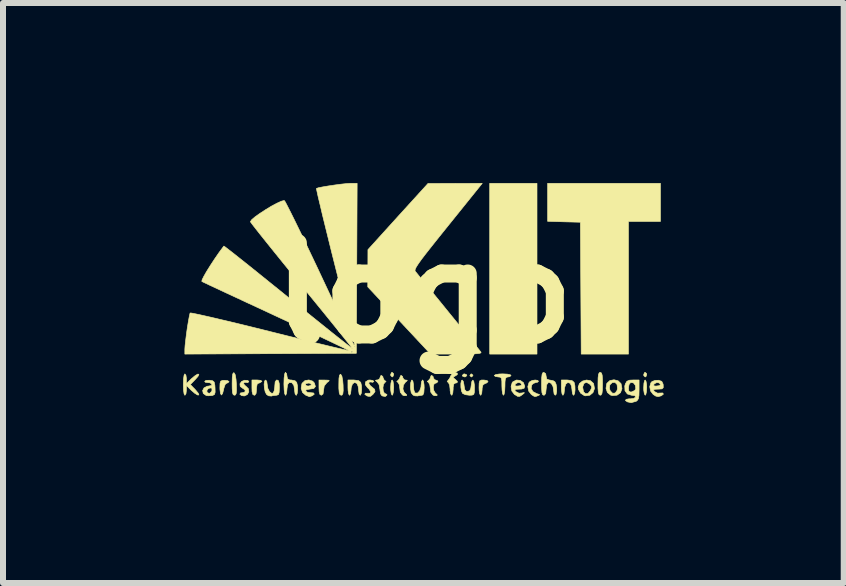
<source format=kicad_pcb>
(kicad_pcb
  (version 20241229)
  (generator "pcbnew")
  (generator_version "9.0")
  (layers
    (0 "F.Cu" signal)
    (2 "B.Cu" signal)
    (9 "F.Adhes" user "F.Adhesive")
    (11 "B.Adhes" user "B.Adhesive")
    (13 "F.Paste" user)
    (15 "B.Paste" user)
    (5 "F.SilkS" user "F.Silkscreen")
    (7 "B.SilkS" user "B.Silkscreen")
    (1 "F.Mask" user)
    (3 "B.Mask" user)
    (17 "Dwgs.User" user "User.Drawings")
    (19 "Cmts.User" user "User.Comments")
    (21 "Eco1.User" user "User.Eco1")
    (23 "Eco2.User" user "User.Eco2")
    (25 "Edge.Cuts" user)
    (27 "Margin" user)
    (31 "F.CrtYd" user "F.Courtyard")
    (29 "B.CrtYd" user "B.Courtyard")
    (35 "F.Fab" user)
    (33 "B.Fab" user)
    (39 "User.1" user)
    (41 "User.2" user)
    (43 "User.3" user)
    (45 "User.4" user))
  (footprint "logo"
    (layer "F.Cu")
    (at 4.018 1.834)
    (property "Reference" "logo" (at 0 0 0) (layer "F.SilkS") (effects (font (size 1.524 1.524) (thickness 0.3))))
    (attr through_hole)
    (fp_poly (pts (xy 1.88 1.016) (xy 1.092 1.016) (xy 1.092 -1.829) (xy 1.88 -1.829) (xy 1.88 1.016)) (stroke (width 0.01) (type solid)) (fill yes) (layer "F.SilkS"))
    (fp_poly (pts (xy -0.511 1.341) (xy -0.508 1.359) (xy -0.522 1.393) (xy -0.533 1.397) (xy -0.556 1.376) (xy -0.559 1.359) (xy -0.545 1.325) (xy -0.533 1.321) (xy -0.511 1.341)) (stroke (width 0.01) (type solid)) (fill yes) (layer "F.SilkS"))
    (fp_poly (pts (xy 0.707 1.36) (xy 0.711 1.372) (xy 0.691 1.394) (xy 0.673 1.397) (xy 0.639 1.383) (xy 0.635 1.372) (xy 0.656 1.349) (xy 0.673 1.346) (xy 0.707 1.36)) (stroke (width 0.01) (type solid)) (fill yes) (layer "F.SilkS"))
    (fp_poly (pts (xy 0.812 1.366) (xy 0.813 1.372) (xy 0.793 1.396) (xy 0.787 1.397) (xy 0.763 1.378) (xy 0.762 1.372) (xy 0.781 1.347) (xy 0.787 1.346) (xy 0.812 1.366)) (stroke (width 0.01) (type solid)) (fill yes) (layer "F.SilkS"))
    (fp_poly (pts (xy 3.706 1.341) (xy 3.708 1.359) (xy 3.695 1.393) (xy 3.683 1.397) (xy 3.66 1.376) (xy 3.658 1.359) (xy 3.671 1.325) (xy 3.683 1.321) (xy 3.706 1.341)) (stroke (width 0.01) (type solid)) (fill yes) (layer "F.SilkS"))
    (fp_poly (pts (xy 3.937 -1.194) (xy 3.404 -1.194) (xy 3.404 1.016) (xy 2.617 1.016) (xy 2.61 -0.083) (xy 2.603 -1.181) (xy 2.33 -1.188) (xy 2.057 -1.196) (xy 2.057 -1.829) (xy 3.937 -1.829) (xy 3.937 -1.194)) (stroke (width 0.01) (type solid)) (fill yes) (layer "F.SilkS"))
    (fp_poly (pts (xy -0.519 1.471) (xy -0.51 1.529) (xy -0.508 1.575) (xy -0.513 1.647) (xy -0.524 1.693) (xy -0.533 1.702) (xy -0.548 1.679) (xy -0.557 1.621) (xy -0.559 1.575) (xy -0.554 1.502) (xy -0.543 1.456) (xy -0.533 1.448) (xy -0.519 1.471)) (stroke (width 0.01) (type solid)) (fill yes) (layer "F.SilkS"))
    (fp_poly (pts (xy 3.697 1.471) (xy 3.707 1.529) (xy 3.708 1.575) (xy 3.704 1.647) (xy 3.692 1.693) (xy 3.683 1.702) (xy 3.669 1.679) (xy 3.659 1.621) (xy 3.658 1.575) (xy 3.662 1.502) (xy 3.674 1.456) (xy 3.683 1.448) (xy 3.697 1.471)) (stroke (width 0.01) (type solid)) (fill yes) (layer "F.SilkS"))
    (fp_poly (pts (xy -1.657 1.449) (xy -1.597 1.451) (xy -1.581 1.459) (xy -1.604 1.48) (xy -1.619 1.49) (xy -1.665 1.547) (xy -1.676 1.616) (xy -1.685 1.681) (xy -1.713 1.702) (xy -1.714 1.702) (xy -1.738 1.688) (xy -1.75 1.641) (xy -1.753 1.575) (xy -1.753 1.448) (xy -1.657 1.449)) (stroke (width 0.01) (type solid)) (fill yes) (layer "F.SilkS"))
    (fp_poly (pts (xy -3.169 1.327) (xy -3.149 1.359) (xy -3.135 1.438) (xy -3.129 1.52) (xy -3.127 1.616) (xy -3.132 1.672) (xy -3.145 1.697) (xy -3.161 1.702) (xy -3.182 1.693) (xy -3.194 1.659) (xy -3.199 1.592) (xy -3.2 1.509) (xy -3.198 1.406) (xy -3.19 1.347) (xy -3.176 1.327) (xy -3.169 1.327)) (stroke (width 0.01) (type solid)) (fill yes) (layer "F.SilkS"))
    (fp_poly (pts (xy -1.391 1.352) (xy -1.371 1.384) (xy -1.357 1.461) (xy -1.351 1.532) (xy -1.349 1.625) (xy -1.355 1.677) (xy -1.369 1.699) (xy -1.383 1.702) (xy -1.404 1.692) (xy -1.416 1.657) (xy -1.422 1.587) (xy -1.422 1.522) (xy -1.42 1.423) (xy -1.411 1.368) (xy -1.395 1.352) (xy -1.391 1.352)) (stroke (width 0.01) (type solid)) (fill yes) (layer "F.SilkS"))
    (fp_poly (pts (xy -2.722 1.454) (xy -2.704 1.47) (xy -2.705 1.473) (xy -2.742 1.497) (xy -2.757 1.499) (xy -2.783 1.517) (xy -2.794 1.578) (xy -2.794 1.6) (xy -2.8 1.671) (xy -2.821 1.7) (xy -2.832 1.702) (xy -2.856 1.688) (xy -2.868 1.641) (xy -2.87 1.575) (xy -2.87 1.448) (xy -2.78 1.448) (xy -2.722 1.454)) (stroke (width 0.01) (type solid)) (fill yes) (layer "F.SilkS"))
    (fp_poly (pts (xy 2.954 1.331) (xy 2.966 1.367) (xy 2.971 1.438) (xy 2.972 1.511) (xy 2.97 1.612) (xy 2.963 1.671) (xy 2.948 1.697) (xy 2.934 1.702) (xy 2.914 1.692) (xy 2.902 1.656) (xy 2.896 1.584) (xy 2.896 1.511) (xy 2.898 1.411) (xy 2.905 1.352) (xy 2.919 1.325) (xy 2.934 1.321) (xy 2.954 1.331)) (stroke (width 0.01) (type solid)) (fill yes) (layer "F.SilkS"))
    (fp_poly (pts (xy -3.274 1.459) (xy -3.251 1.475) (xy -3.251 1.475) (xy -3.272 1.496) (xy -3.287 1.499) (xy -3.316 1.522) (xy -3.338 1.587) (xy -3.34 1.6) (xy -3.359 1.674) (xy -3.378 1.698) (xy -3.394 1.675) (xy -3.403 1.606) (xy -3.404 1.579) (xy -3.402 1.505) (xy -3.391 1.468) (xy -3.362 1.455) (xy -3.327 1.453) (xy -3.274 1.459)) (stroke (width 0.01) (type solid)) (fill yes) (layer "F.SilkS"))
    (fp_poly (pts (xy 1.048 1.456) (xy 1.065 1.476) (xy 1.038 1.499) (xy 1.016 1.506) (xy 0.98 1.529) (xy 0.966 1.582) (xy 0.965 1.611) (xy 0.959 1.67) (xy 0.944 1.701) (xy 0.94 1.702) (xy 0.925 1.679) (xy 0.916 1.621) (xy 0.914 1.575) (xy 0.916 1.5) (xy 0.926 1.462) (xy 0.953 1.449) (xy 0.991 1.448) (xy 1.048 1.456)) (stroke (width 0.01) (type solid)) (fill yes) (layer "F.SilkS"))
    (fp_poly (pts (xy 1.893 1.455) (xy 1.905 1.47) (xy 1.884 1.488) (xy 1.864 1.489) (xy 1.818 1.506) (xy 1.794 1.53) (xy 1.782 1.588) (xy 1.812 1.641) (xy 1.877 1.676) (xy 1.882 1.677) (xy 1.922 1.689) (xy 1.916 1.701) (xy 1.897 1.709) (xy 1.859 1.723) (xy 1.834 1.721) (xy 1.799 1.699) (xy 1.784 1.688) (xy 1.741 1.632) (xy 1.727 1.559) (xy 1.746 1.493) (xy 1.758 1.478) (xy 1.799 1.456) (xy 1.851 1.448) (xy 1.893 1.455)) (stroke (width 0.01) (type solid)) (fill yes) (layer "F.SilkS"))
    (fp_poly (pts (xy -2.938 1.456) (xy -2.921 1.474) (xy -2.939 1.493) (xy -2.958 1.49) (xy -2.999 1.487) (xy -3.009 1.511) (xy -2.983 1.543) (xy -2.973 1.549) (xy -2.928 1.594) (xy -2.922 1.646) (xy -2.947 1.691) (xy -2.997 1.714) (xy -3.042 1.708) (xy -3.072 1.685) (xy -3.059 1.663) (xy -3.032 1.66) (xy -2.989 1.649) (xy -2.982 1.62) (xy -3.014 1.591) (xy -3.023 1.587) (xy -3.065 1.556) (xy -3.07 1.512) (xy -3.041 1.471) (xy -2.991 1.452) (xy -2.938 1.456)) (stroke (width 0.01) (type solid)) (fill yes) (layer "F.SilkS"))
    (fp_poly (pts (xy -1.092 1.458) (xy -1.057 1.488) (xy -1.044 1.545) (xy -1.042 1.612) (xy -1.048 1.67) (xy -1.063 1.701) (xy -1.067 1.702) (xy -1.084 1.68) (xy -1.092 1.625) (xy -1.092 1.618) (xy -1.101 1.551) (xy -1.121 1.505) (xy -1.122 1.504) (xy -1.161 1.489) (xy -1.195 1.515) (xy -1.216 1.575) (xy -1.219 1.616) (xy -1.226 1.674) (xy -1.242 1.701) (xy -1.245 1.702) (xy -1.259 1.679) (xy -1.268 1.621) (xy -1.27 1.575) (xy -1.27 1.448) (xy -1.171 1.448) (xy -1.092 1.458)) (stroke (width 0.01) (type solid)) (fill yes) (layer "F.SilkS"))
    (fp_poly (pts (xy -0.854 1.456) (xy -0.838 1.472) (xy -0.857 1.487) (xy -0.874 1.483) (xy -0.914 1.48) (xy -0.923 1.504) (xy -0.9 1.54) (xy -0.876 1.56) (xy -0.825 1.603) (xy -0.819 1.642) (xy -0.853 1.687) (xy -0.894 1.72) (xy -0.935 1.719) (xy -0.959 1.71) (xy -0.99 1.686) (xy -0.978 1.668) (xy -0.94 1.669) (xy -0.898 1.668) (xy -0.892 1.641) (xy -0.92 1.598) (xy -0.944 1.576) (xy -0.982 1.525) (xy -0.976 1.478) (xy -0.93 1.45) (xy -0.902 1.448) (xy -0.854 1.456)) (stroke (width 0.01) (type solid)) (fill yes) (layer "F.SilkS"))
    (fp_poly (pts (xy 1.385 1.35) (xy 1.435 1.361) (xy 1.448 1.372) (xy 1.427 1.392) (xy 1.397 1.397) (xy 1.369 1.403) (xy 1.353 1.427) (xy 1.347 1.482) (xy 1.346 1.549) (xy 1.342 1.631) (xy 1.332 1.686) (xy 1.321 1.702) (xy 1.307 1.679) (xy 1.298 1.618) (xy 1.295 1.549) (xy 1.294 1.465) (xy 1.287 1.419) (xy 1.268 1.401) (xy 1.234 1.397) (xy 1.232 1.397) (xy 1.184 1.388) (xy 1.168 1.372) (xy 1.191 1.358) (xy 1.251 1.348) (xy 1.308 1.346) (xy 1.385 1.35)) (stroke (width 0.01) (type solid)) (fill yes) (layer "F.SilkS"))
    (fp_poly (pts (xy 2.464 1.458) (xy 2.499 1.488) (xy 2.512 1.545) (xy 2.514 1.612) (xy 2.508 1.67) (xy 2.493 1.701) (xy 2.489 1.702) (xy 2.472 1.68) (xy 2.464 1.625) (xy 2.464 1.618) (xy 2.455 1.551) (xy 2.435 1.505) (xy 2.434 1.504) (xy 2.395 1.489) (xy 2.361 1.515) (xy 2.34 1.575) (xy 2.337 1.616) (xy 2.33 1.674) (xy 2.314 1.701) (xy 2.311 1.702) (xy 2.297 1.679) (xy 2.288 1.621) (xy 2.286 1.575) (xy 2.286 1.448) (xy 2.385 1.448) (xy 2.464 1.458)) (stroke (width 0.01) (type solid)) (fill yes) (layer "F.SilkS"))
    (fp_poly (pts (xy -0.358 1.392) (xy -0.356 1.41) (xy -0.335 1.442) (xy -0.311 1.449) (xy -0.281 1.452) (xy -0.291 1.468) (xy -0.311 1.483) (xy -0.346 1.534) (xy -0.354 1.599) (xy -0.333 1.655) (xy -0.314 1.672) (xy -0.29 1.696) (xy -0.296 1.709) (xy -0.334 1.71) (xy -0.362 1.698) (xy -0.398 1.651) (xy -0.406 1.588) (xy -0.415 1.526) (xy -0.436 1.489) (xy -0.438 1.488) (xy -0.457 1.471) (xy -0.438 1.458) (xy -0.409 1.423) (xy -0.406 1.408) (xy -0.392 1.375) (xy -0.381 1.372) (xy -0.358 1.392)) (stroke (width 0.01) (type solid)) (fill yes) (layer "F.SilkS"))
    (fp_poly (pts (xy 0.651 1.47) (xy 0.663 1.526) (xy 0.665 1.543) (xy 0.676 1.608) (xy 0.701 1.635) (xy 0.724 1.638) (xy 0.759 1.627) (xy 0.777 1.586) (xy 0.783 1.543) (xy 0.794 1.473) (xy 0.811 1.45) (xy 0.827 1.471) (xy 0.837 1.533) (xy 0.838 1.575) (xy 0.837 1.65) (xy 0.827 1.687) (xy 0.799 1.7) (xy 0.754 1.702) (xy 0.687 1.693) (xy 0.641 1.672) (xy 0.64 1.671) (xy 0.622 1.632) (xy 0.612 1.571) (xy 0.611 1.508) (xy 0.62 1.461) (xy 0.633 1.448) (xy 0.651 1.47)) (stroke (width 0.01) (type solid)) (fill yes) (layer "F.SilkS"))
    (fp_poly (pts (xy 0.552 1.333) (xy 0.552 1.359) (xy 0.514 1.383) (xy 0.484 1.399) (xy 0.495 1.419) (xy 0.514 1.433) (xy 0.554 1.472) (xy 0.548 1.494) (xy 0.521 1.499) (xy 0.494 1.515) (xy 0.483 1.571) (xy 0.483 1.6) (xy 0.477 1.664) (xy 0.463 1.699) (xy 0.457 1.702) (xy 0.441 1.679) (xy 0.432 1.623) (xy 0.432 1.602) (xy 0.424 1.535) (xy 0.406 1.494) (xy 0.4 1.49) (xy 0.383 1.471) (xy 0.397 1.456) (xy 0.426 1.416) (xy 0.443 1.378) (xy 0.477 1.331) (xy 0.51 1.321) (xy 0.552 1.333)) (stroke (width 0.01) (type solid)) (fill yes) (layer "F.SilkS"))
    (fp_poly (pts (xy 3.231 1.461) (xy 3.279 1.507) (xy 3.281 1.511) (xy 3.296 1.593) (xy 3.271 1.66) (xy 3.214 1.701) (xy 3.137 1.708) (xy 3.105 1.699) (xy 3.053 1.656) (xy 3.031 1.591) (xy 3.087 1.591) (xy 3.101 1.629) (xy 3.14 1.669) (xy 3.183 1.665) (xy 3.214 1.622) (xy 3.221 1.59) (xy 3.214 1.523) (xy 3.18 1.488) (xy 3.135 1.49) (xy 3.094 1.529) (xy 3.087 1.591) (xy 3.031 1.591) (xy 3.03 1.587) (xy 3.041 1.512) (xy 3.047 1.501) (xy 3.095 1.457) (xy 3.163 1.444) (xy 3.231 1.461)) (stroke (width 0.01) (type solid)) (fill yes) (layer "F.SilkS"))
    (fp_poly (pts (xy -2.427 1.461) (xy -2.415 1.508) (xy -2.413 1.575) (xy -2.416 1.651) (xy -2.427 1.689) (xy -2.453 1.701) (xy -2.462 1.702) (xy -2.523 1.709) (xy -2.547 1.716) (xy -2.593 1.711) (xy -2.626 1.689) (xy -2.649 1.645) (xy -2.663 1.582) (xy -2.667 1.516) (xy -2.659 1.465) (xy -2.642 1.448) (xy -2.623 1.47) (xy -2.616 1.519) (xy -2.605 1.588) (xy -2.577 1.642) (xy -2.541 1.67) (xy -2.518 1.666) (xy -2.5 1.631) (xy -2.49 1.567) (xy -2.489 1.548) (xy -2.483 1.478) (xy -2.461 1.449) (xy -2.451 1.448) (xy -2.427 1.461)) (stroke (width 0.01) (type solid)) (fill yes) (layer "F.SilkS"))
    (fp_poly (pts (xy -0.688 1.392) (xy -0.686 1.408) (xy -0.666 1.45) (xy -0.654 1.458) (xy -0.635 1.475) (xy -0.654 1.488) (xy -0.678 1.521) (xy -0.687 1.576) (xy -0.681 1.633) (xy -0.661 1.671) (xy -0.646 1.676) (xy -0.62 1.689) (xy -0.622 1.702) (xy -0.648 1.723) (xy -0.692 1.715) (xy -0.705 1.71) (xy -0.726 1.679) (xy -0.736 1.618) (xy -0.737 1.607) (xy -0.751 1.526) (xy -0.781 1.483) (xy -0.812 1.457) (xy -0.801 1.449) (xy -0.781 1.449) (xy -0.743 1.43) (xy -0.737 1.41) (xy -0.723 1.376) (xy -0.711 1.372) (xy -0.688 1.392)) (stroke (width 0.01) (type solid)) (fill yes) (layer "F.SilkS"))
    (fp_poly (pts (xy 0.15 1.392) (xy 0.152 1.41) (xy 0.173 1.443) (xy 0.191 1.448) (xy 0.224 1.462) (xy 0.229 1.473) (xy 0.208 1.496) (xy 0.191 1.499) (xy 0.162 1.519) (xy 0.152 1.567) (xy 0.16 1.622) (xy 0.185 1.665) (xy 0.194 1.672) (xy 0.218 1.696) (xy 0.212 1.709) (xy 0.174 1.71) (xy 0.146 1.698) (xy 0.11 1.651) (xy 0.102 1.588) (xy 0.093 1.526) (xy 0.072 1.489) (xy 0.07 1.488) (xy 0.051 1.471) (xy 0.07 1.458) (xy 0.099 1.423) (xy 0.102 1.408) (xy 0.116 1.375) (xy 0.127 1.372) (xy 0.15 1.392)) (stroke (width 0.01) (type solid)) (fill yes) (layer "F.SilkS"))
    (fp_poly (pts (xy 2.77 1.459) (xy 2.819 1.502) (xy 2.824 1.511) (xy 2.838 1.59) (xy 2.813 1.658) (xy 2.76 1.702) (xy 2.687 1.712) (xy 2.667 1.707) (xy 2.608 1.668) (xy 2.57 1.603) (xy 2.566 1.573) (xy 2.642 1.573) (xy 2.655 1.643) (xy 2.689 1.677) (xy 2.731 1.671) (xy 2.768 1.627) (xy 2.79 1.578) (xy 2.785 1.547) (xy 2.755 1.514) (xy 2.704 1.487) (xy 2.663 1.505) (xy 2.642 1.56) (xy 2.642 1.573) (xy 2.566 1.573) (xy 2.565 1.572) (xy 2.586 1.508) (xy 2.638 1.466) (xy 2.705 1.448) (xy 2.77 1.459)) (stroke (width 0.01) (type solid)) (fill yes) (layer "F.SilkS"))
    (fp_poly (pts (xy -0.011 1.471) (xy -0.002 1.529) (xy 0 1.575) (xy -0.005 1.656) (xy -0.02 1.695) (xy -0.036 1.702) (xy -0.094 1.71) (xy -0.106 1.714) (xy -0.154 1.712) (xy -0.184 1.7) (xy -0.216 1.661) (xy -0.228 1.587) (xy -0.229 1.561) (xy -0.224 1.493) (xy -0.211 1.453) (xy -0.203 1.448) (xy -0.187 1.47) (xy -0.178 1.526) (xy -0.178 1.548) (xy -0.172 1.616) (xy -0.156 1.659) (xy -0.151 1.664) (xy -0.11 1.666) (xy -0.075 1.629) (xy -0.053 1.566) (xy -0.051 1.534) (xy -0.044 1.476) (xy -0.028 1.448) (xy -0.025 1.448) (xy -0.011 1.471)) (stroke (width 0.01) (type solid)) (fill yes) (layer "F.SilkS"))
    (fp_poly (pts (xy -3.97 1.368) (xy -3.962 1.422) (xy -3.962 1.427) (xy -3.962 1.509) (xy -3.879 1.427) (xy -3.815 1.374) (xy -3.772 1.349) (xy -3.754 1.353) (xy -3.767 1.385) (xy -3.81 1.435) (xy -3.896 1.524) (xy -3.81 1.613) (xy -3.764 1.669) (xy -3.754 1.697) (xy -3.776 1.698) (xy -3.823 1.669) (xy -3.879 1.621) (xy -3.962 1.539) (xy -3.962 1.621) (xy -3.969 1.676) (xy -3.986 1.702) (xy -3.988 1.702) (xy -4.001 1.678) (xy -4.01 1.615) (xy -4.013 1.524) (xy -4.013 1.524) (xy -4.01 1.433) (xy -4.001 1.37) (xy -3.988 1.346) (xy -3.988 1.346) (xy -3.97 1.368)) (stroke (width 0.01) (type solid)) (fill yes) (layer "F.SilkS"))
    (fp_poly (pts (xy 2.025 1.343) (xy 2.032 1.384) (xy 2.043 1.433) (xy 2.084 1.448) (xy 2.09 1.448) (xy 2.15 1.46) (xy 2.179 1.478) (xy 2.198 1.518) (xy 2.208 1.579) (xy 2.208 1.643) (xy 2.198 1.689) (xy 2.184 1.702) (xy 2.165 1.68) (xy 2.159 1.637) (xy 2.148 1.56) (xy 2.119 1.506) (xy 2.08 1.487) (xy 2.07 1.49) (xy 2.041 1.527) (xy 2.032 1.603) (xy 2.025 1.673) (xy 2.003 1.7) (xy 1.994 1.702) (xy 1.974 1.692) (xy 1.962 1.656) (xy 1.957 1.584) (xy 1.956 1.511) (xy 1.958 1.411) (xy 1.965 1.352) (xy 1.979 1.325) (xy 1.994 1.321) (xy 2.025 1.343)) (stroke (width 0.01) (type solid)) (fill yes) (layer "F.SilkS"))
    (fp_poly (pts (xy -2.292 1.343) (xy -2.286 1.384) (xy -2.277 1.43) (xy -2.241 1.447) (xy -2.213 1.448) (xy -2.151 1.461) (xy -2.124 1.488) (xy -2.111 1.545) (xy -2.109 1.612) (xy -2.115 1.67) (xy -2.129 1.701) (xy -2.134 1.702) (xy -2.151 1.68) (xy -2.159 1.625) (xy -2.159 1.618) (xy -2.171 1.539) (xy -2.204 1.494) (xy -2.251 1.491) (xy -2.276 1.525) (xy -2.286 1.597) (xy -2.286 1.603) (xy -2.292 1.666) (xy -2.306 1.7) (xy -2.311 1.702) (xy -2.324 1.678) (xy -2.333 1.614) (xy -2.337 1.52) (xy -2.337 1.511) (xy -2.334 1.415) (xy -2.325 1.348) (xy -2.313 1.321) (xy -2.311 1.321) (xy -2.292 1.343)) (stroke (width 0.01) (type solid)) (fill yes) (layer "F.SilkS"))
    (fp_poly (pts (xy -1.858 1.467) (xy -1.829 1.499) (xy -1.812 1.557) (xy -1.84 1.59) (xy -1.909 1.6) (xy -1.964 1.609) (xy -1.974 1.632) (xy -1.943 1.654) (xy -1.896 1.659) (xy -1.843 1.664) (xy -1.831 1.684) (xy -1.863 1.709) (xy -1.869 1.712) (xy -1.906 1.724) (xy -1.913 1.726) (xy -1.937 1.716) (xy -1.974 1.701) (xy -2.027 1.656) (xy -2.05 1.585) (xy -2.04 1.524) (xy -1.981 1.524) (xy -1.96 1.545) (xy -1.93 1.549) (xy -1.889 1.539) (xy -1.88 1.524) (xy -1.901 1.503) (xy -1.93 1.499) (xy -1.972 1.509) (xy -1.981 1.524) (xy -2.04 1.524) (xy -2.037 1.509) (xy -2.033 1.501) (xy -1.986 1.458) (xy -1.921 1.447) (xy -1.858 1.467)) (stroke (width 0.01) (type solid)) (fill yes) (layer "F.SilkS"))
    (fp_poly (pts (xy -3.575 1.453) (xy -3.524 1.461) (xy -3.499 1.483) (xy -3.488 1.533) (xy -3.485 1.578) (xy -3.483 1.651) (xy -3.493 1.688) (xy -3.522 1.704) (xy -3.537 1.707) (xy -3.599 1.711) (xy -3.633 1.706) (xy -3.681 1.672) (xy -3.69 1.63) (xy -3.623 1.63) (xy -3.61 1.662) (xy -3.574 1.67) (xy -3.573 1.669) (xy -3.543 1.639) (xy -3.535 1.617) (xy -3.54 1.58) (xy -3.576 1.583) (xy -3.604 1.598) (xy -3.623 1.63) (xy -3.69 1.63) (xy -3.692 1.625) (xy -3.669 1.58) (xy -3.617 1.552) (xy -3.591 1.549) (xy -3.544 1.539) (xy -3.538 1.518) (xy -3.568 1.495) (xy -3.603 1.492) (xy -3.646 1.486) (xy -3.658 1.471) (xy -3.636 1.455) (xy -3.581 1.452) (xy -3.575 1.453)) (stroke (width 0.01) (type solid)) (fill yes) (layer "F.SilkS"))
    (fp_poly (pts (xy 1.602 1.455) (xy 1.654 1.492) (xy 1.676 1.553) (xy 1.676 1.554) (xy 1.665 1.586) (xy 1.621 1.599) (xy 1.584 1.6) (xy 1.526 1.603) (xy 1.51 1.615) (xy 1.525 1.64) (xy 1.58 1.668) (xy 1.624 1.665) (xy 1.668 1.657) (xy 1.667 1.666) (xy 1.64 1.689) (xy 1.594 1.72) (xy 1.559 1.721) (xy 1.51 1.692) (xy 1.504 1.688) (xy 1.461 1.632) (xy 1.448 1.559) (xy 1.453 1.539) (xy 1.509 1.539) (xy 1.535 1.549) (xy 1.559 1.549) (xy 1.608 1.542) (xy 1.626 1.527) (xy 1.606 1.497) (xy 1.565 1.49) (xy 1.524 1.511) (xy 1.523 1.513) (xy 1.509 1.539) (xy 1.453 1.539) (xy 1.466 1.493) (xy 1.478 1.478) (xy 1.538 1.448) (xy 1.602 1.455)) (stroke (width 0.01) (type solid)) (fill yes) (layer "F.SilkS"))
    (fp_poly (pts (xy 3.959 1.47) (xy 3.981 1.516) (xy 3.983 1.53) (xy 3.984 1.576) (xy 3.963 1.596) (xy 3.906 1.6) (xy 3.897 1.6) (xy 3.838 1.603) (xy 3.821 1.614) (xy 3.837 1.64) (xy 3.89 1.668) (xy 3.929 1.665) (xy 3.976 1.664) (xy 3.986 1.684) (xy 3.952 1.71) (xy 3.948 1.712) (xy 3.899 1.725) (xy 3.859 1.716) (xy 3.816 1.688) (xy 3.773 1.632) (xy 3.759 1.561) (xy 3.765 1.539) (xy 3.82 1.539) (xy 3.846 1.549) (xy 3.87 1.549) (xy 3.92 1.542) (xy 3.937 1.527) (xy 3.918 1.497) (xy 3.876 1.49) (xy 3.836 1.511) (xy 3.834 1.513) (xy 3.82 1.539) (xy 3.765 1.539) (xy 3.777 1.496) (xy 3.796 1.474) (xy 3.847 1.455) (xy 3.904 1.452) (xy 3.959 1.47)) (stroke (width 0.01) (type solid)) (fill yes) (layer "F.SilkS"))
    (fp_poly (pts (xy 0.393 -1.115) (xy 0.242 -0.927) (xy 0.12 -0.774) (xy 0.024 -0.652) (xy -0.048 -0.558) (xy -0.098 -0.487) (xy -0.131 -0.436) (xy -0.148 -0.401) (xy -0.153 -0.378) (xy -0.148 -0.362) (xy -0.146 -0.36) (xy -0.12 -0.329) (xy -0.068 -0.264) (xy 0.007 -0.173) (xy 0.099 -0.06) (xy 0.204 0.068) (xy 0.317 0.207) (xy 0.433 0.35) (xy 0.548 0.491) (xy 0.657 0.626) (xy 0.755 0.746) (xy 0.838 0.849) (xy 0.901 0.926) (xy 0.938 0.973) (xy 0.947 0.984) (xy 0.946 0.996) (xy 0.919 1.005) (xy 0.861 1.011) (xy 0.765 1.014) (xy 0.627 1.016) (xy 0.539 1.016) (xy 0.107 1.016) (xy -0.94 -0.104) (xy -0.938 -0.414) (xy -0.937 -0.724) (xy -0.437 -1.276) (xy 0.064 -1.827) (xy 0.968 -1.829) (xy 0.393 -1.115)) (stroke (width 0.01) (type solid)) (fill yes) (layer "F.SilkS"))
    (fp_poly (pts (xy 3.581 1.612) (xy 3.579 1.705) (xy 3.569 1.761) (xy 3.548 1.792) (xy 3.532 1.803) (xy 3.449 1.826) (xy 3.385 1.812) (xy 3.353 1.789) (xy 3.366 1.77) (xy 3.416 1.761) (xy 3.433 1.762) (xy 3.492 1.755) (xy 3.523 1.734) (xy 3.524 1.734) (xy 3.511 1.709) (xy 3.456 1.702) (xy 3.386 1.681) (xy 3.346 1.627) (xy 3.344 1.579) (xy 3.404 1.579) (xy 3.41 1.632) (xy 3.436 1.648) (xy 3.46 1.646) (xy 3.509 1.622) (xy 3.526 1.593) (xy 3.519 1.537) (xy 3.487 1.496) (xy 3.442 1.489) (xy 3.44 1.49) (xy 3.414 1.523) (xy 3.404 1.579) (xy 3.344 1.579) (xy 3.342 1.549) (xy 3.353 1.511) (xy 3.378 1.469) (xy 3.421 1.451) (xy 3.479 1.448) (xy 3.581 1.448) (xy 3.581 1.612)) (stroke (width 0.01) (type solid)) (fill yes) (layer "F.SilkS"))
    (fp_poly (pts (xy -1.13 1.003) (xy -3.988 1.016) (xy -3.988 0.978) (xy -1.219 0.978) (xy -1.206 0.991) (xy -1.194 0.978) (xy -1.206 0.965) (xy -1.219 0.978) (xy -3.988 0.978) (xy -3.988 0.934) (xy -3.984 0.874) (xy -3.974 0.785) (xy -3.961 0.678) (xy -3.945 0.567) (xy -3.928 0.465) (xy -3.913 0.384) (xy -3.902 0.337) (xy -3.9 0.331) (xy -3.873 0.333) (xy -3.802 0.347) (xy -3.691 0.371) (xy -3.545 0.404) (xy -3.367 0.446) (xy -3.163 0.494) (xy -2.937 0.549) (xy -2.695 0.609) (xy -2.575 0.639) (xy -2.326 0.701) (xy -2.092 0.759) (xy -1.877 0.812) (xy -1.687 0.858) (xy -1.526 0.897) (xy -1.398 0.927) (xy -1.308 0.948) (xy -1.261 0.958) (xy -1.255 0.958) (xy -1.276 0.946) (xy -1.338 0.915) (xy -1.438 0.867) (xy -1.572 0.803) (xy -1.736 0.725) (xy -1.924 0.637) (xy -2.133 0.539) (xy -2.359 0.434) (xy -2.471 0.382) (xy -2.704 0.273) (xy -2.923 0.172) (xy -3.124 0.078) (xy -3.301 -0.004) (xy -3.452 -0.075) (xy -3.571 -0.13) (xy -3.655 -0.17) (xy -3.699 -0.191) (xy -3.705 -0.194) (xy -3.701 -0.22) (xy -3.672 -0.279) (xy -3.624 -0.363) (xy -3.562 -0.462) (xy -3.492 -0.569) (xy -3.419 -0.675) (xy -3.348 -0.771) (xy -3.338 -0.784) (xy -3.317 -0.77) (xy -3.261 -0.727) (xy -3.172 -0.658) (xy -3.055 -0.565) (xy -2.913 -0.452) (xy -2.75 -0.321) (xy -2.569 -0.175) (xy -2.374 -0.018) (xy -2.262 0.073) (xy -2.061 0.236) (xy -1.872 0.388) (xy -1.699 0.527) (xy -1.546 0.65) (xy -1.416 0.753) (xy -1.312 0.835) (xy -1.239 0.892) (xy -1.2 0.922) (xy -1.194 0.925) (xy -1.209 0.904) (xy -1.254 0.847) (xy -1.326 0.757) (xy -1.42 0.64) (xy -1.535 0.498) (xy -1.667 0.335) (xy -1.814 0.155) (xy -1.972 -0.038) (xy -2.045 -0.127) (xy -2.207 -0.326) (xy -2.359 -0.513) (xy -2.498 -0.685) (xy -2.621 -0.838) (xy -2.725 -0.968) (xy -2.807 -1.072) (xy -2.864 -1.145) (xy -2.893 -1.185) (xy -2.896 -1.19) (xy -2.875 -1.222) (xy -2.819 -1.27) (xy -2.739 -1.327) (xy -2.644 -1.389) (xy -2.547 -1.448) (xy -2.455 -1.497) (xy -2.381 -1.531) (xy -2.335 -1.543) (xy -2.33 -1.542) (xy -2.313 -1.517) (xy -2.278 -1.45) (xy -2.225 -1.346) (xy -2.157 -1.209) (xy -2.076 -1.043) (xy -1.984 -0.853) (xy -1.884 -0.642) (xy -1.776 -0.415) (xy -1.727 -0.31) (xy -1.618 -0.078) (xy -1.516 0.139) (xy -1.422 0.338) (xy -1.339 0.513) (xy -1.269 0.661) (xy -1.213 0.777) (xy -1.173 0.858) (xy -1.152 0.899) (xy -1.15 0.904) (xy -1.154 0.879) (xy -1.171 0.809) (xy -1.197 0.699) (xy -1.233 0.554) (xy -1.276 0.377) (xy -1.327 0.174) (xy -1.383 -0.051) (xy -1.444 -0.294) (xy -1.475 -0.417) (xy -1.538 -0.667) (xy -1.596 -0.902) (xy -1.649 -1.117) (xy -1.696 -1.308) (xy -1.734 -1.47) (xy -1.765 -1.598) (xy -1.785 -1.689) (xy -1.795 -1.737) (xy -1.795 -1.744) (xy -1.763 -1.755) (xy -1.694 -1.769) (xy -1.6 -1.785) (xy -1.493 -1.801) (xy -1.387 -1.815) (xy -1.294 -1.825) (xy -1.227 -1.829) (xy -1.225 -1.829) (xy -1.117 -1.829) (xy -1.13 1.003)) (stroke (width 0.01) (type solid)) (fill yes) (layer "F.SilkS")))
  (gr_rect
    (start -3 -3)
    (end 11.009 6.665)
    (stroke (width 0.1) (type default))
    (fill no)
    (layer "Edge.Cuts")))
</source>
